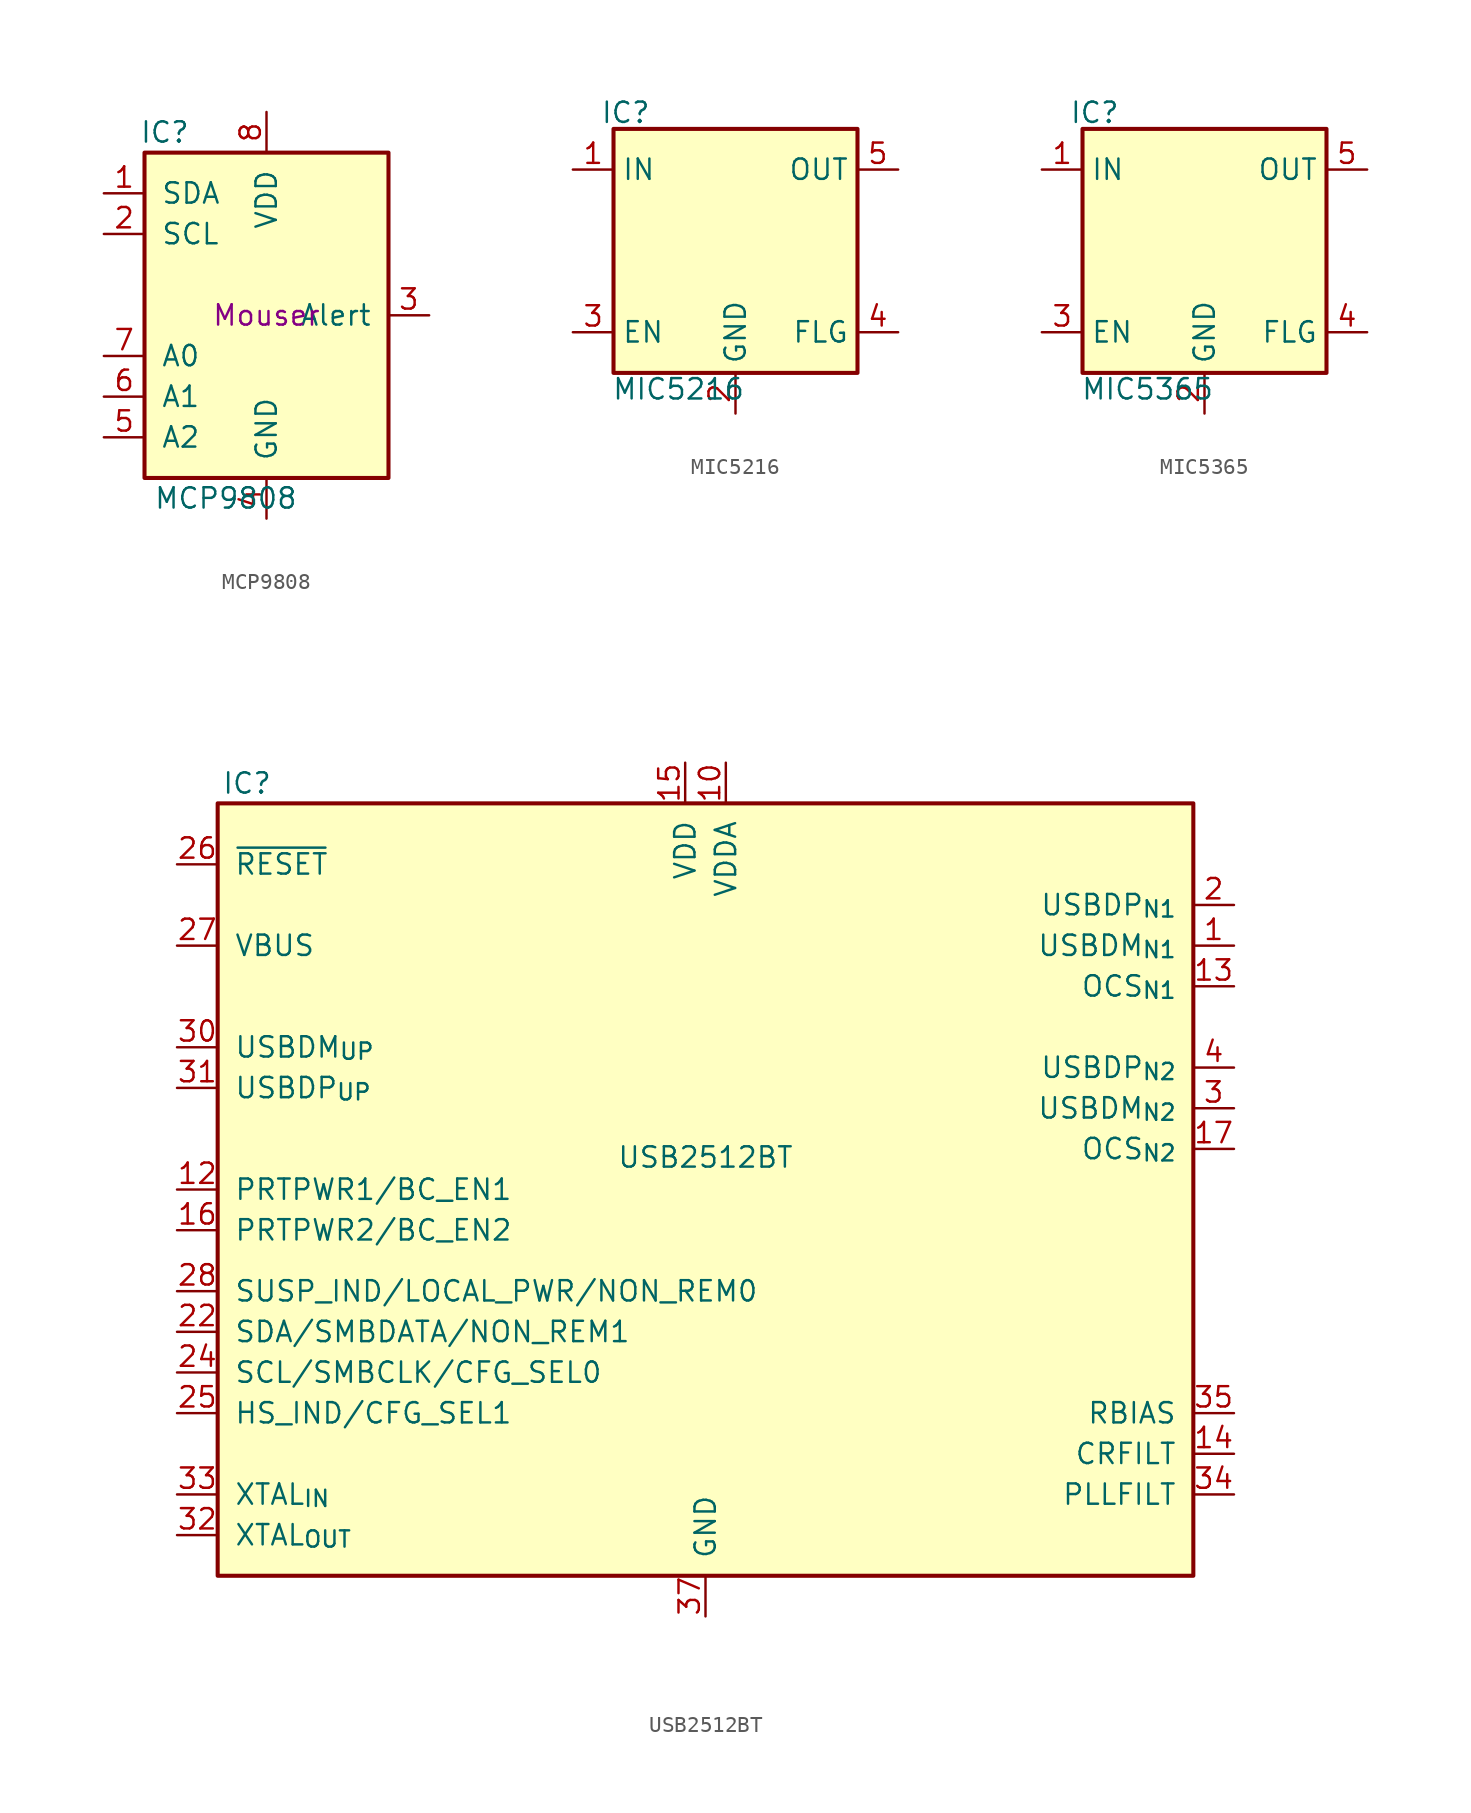
<source format=kicad_sym>
(kicad_symbol_lib
  (version 20241209)
  (generator "kicad_symbol_editor")
  (generator_version "9.0")
  (symbol "MCP9808"
    (pin_names
      (offset 1.016))
    (property "Reference" "IC"
      (at -6.35 11.43 0)
      (effects (font (size 1.27 1.27))))
    (property "Value" "MCP9808"
      (at -2.54 -11.43 0)
      (effects (font (size 1.27 1.27))))
    (property "Distributor" "Mouser"
      (at 0 0 0)
      (effects (font (size 1.27 1.27))))
    (symbol "MCP9808_1_1"
      (rectangle (start -7.62 10.16) (end 7.62 -10.16) (stroke (width 0.254) (type default)) (fill (type background)))
      (pin bidirectional line (at -10.16 7.62 0) (length 2.54) (name "SDA" (effects (font (size 1.27 1.27)))) (number "1" (effects (font (size 1.27 1.27)))))
      (pin input line (at -10.16 5.08 0) (length 2.54) (name "SCL" (effects (font (size 1.27 1.27)))) (number "2" (effects (font (size 1.27 1.27)))))
      (pin input line (at -10.16 -2.54 0) (length 2.54) (name "A0" (effects (font (size 1.27 1.27)))) (number "7" (effects (font (size 1.27 1.27)))))
      (pin input line (at -10.16 -5.08 0) (length 2.54) (name "A1" (effects (font (size 1.27 1.27)))) (number "6" (effects (font (size 1.27 1.27)))))
      (pin input line (at -10.16 -7.62 0) (length 2.54) (name "A2" (effects (font (size 1.27 1.27)))) (number "5" (effects (font (size 1.27 1.27)))))
      (pin power_in line (at 0 12.7 270) (length 2.54) (name "VDD" (effects (font (size 1.27 1.27)))) (number "8" (effects (font (size 1.27 1.27)))))
      (pin bidirectional line (at 0 -12.7 90) (length 2.54) (name "GND" (effects (font (size 1.27 1.27)))) (number "4" (effects (font (size 1.27 1.27)))))
      (pin open_collector line (at 10.16 0 180) (length 2.54) (name "Alert" (effects (font (size 1.27 1.27)))) (number "3" (effects (font (size 1.27 1.27)))))))
  (symbol "MIC5216"
    (property "Reference" "IC"
      (at -6.858 8.636 0)
      (effects (font (size 1.27 1.27))))
    (property "Value" "MIC5216"
      (at -3.556 -8.636 0)
      (effects (font (size 1.27 1.27))))
    (symbol "MIC5216_1_1"
      (rectangle (start -7.62 7.62) (end 7.62 -7.62) (stroke (width 0.254) (type default)) (fill (type background)))
      (pin input line (at -10.16 5.08 0) (length 2.54) (name "IN" (effects (font (size 1.27 1.27)))) (number "1" (effects (font (size 1.27 1.27)))))
      (pin input line (at -10.16 -5.08 0) (length 2.54) (name "EN" (effects (font (size 1.27 1.27)))) (number "3" (effects (font (size 1.27 1.27)))))
      (pin power_in line (at 0 -10.16 90) (length 2.54) (name "GND" (effects (font (size 1.27 1.27)))) (number "2" (effects (font (size 1.27 1.27)))))
      (pin output line (at 10.16 5.08 180) (length 2.54) (name "OUT" (effects (font (size 1.27 1.27)))) (number "5" (effects (font (size 1.27 1.27)))))
      (pin input line (at 10.16 -5.08 180) (length 2.54) (name "FLG" (effects (font (size 1.27 1.27)))) (number "4" (effects (font (size 1.27 1.27)))))))
  (symbol "MIC5365"
    (property "Reference" "IC"
      (at -6.858 8.636 0)
      (effects (font (size 1.27 1.27))))
    (property "Value" "MIC5365"
      (at -3.556 -8.636 0)
      (effects (font (size 1.27 1.27))))
    (symbol "MIC5365_1_1"
      (rectangle (start -7.62 7.62) (end 7.62 -7.62) (stroke (width 0.254) (type default)) (fill (type background)))
      (pin input line (at -10.16 5.08 0) (length 2.54) (name "IN" (effects (font (size 1.27 1.27)))) (number "1" (effects (font (size 1.27 1.27)))))
      (pin input line (at -10.16 -5.08 0) (length 2.54) (name "EN" (effects (font (size 1.27 1.27)))) (number "3" (effects (font (size 1.27 1.27)))))
      (pin power_in line (at 0 -10.16 90) (length 2.54) (name "GND" (effects (font (size 1.27 1.27)))) (number "2" (effects (font (size 1.27 1.27)))))
      (pin power_in line (at 10.16 5.08 180) (length 2.54) (name "OUT" (effects (font (size 1.27 1.27)))) (number "5" (effects (font (size 1.27 1.27)))))
      (pin input line (at 10.16 -5.08 180) (length 2.54) (name "FLG" (effects (font (size 1.27 1.27)))) (number "4" (effects (font (size 1.27 1.27)))))))
  (symbol "USB2512BT"
    (pin_names
      (offset 1.016))
    (property "Reference" "IC"
      (at -30.226 23.368 0)
      (effects (font (size 1.27 1.27)) (justify left bottom)))
    (property "Value" "USB2512BT"
      (at 0 0 0)
      (effects (font (size 1.27 1.27)) (justify bottom)))
    (symbol "USB2512BT_0_0"
      (rectangle (start -30.48 22.86) (end 30.48 -25.4) (stroke (width 0.254) (type default)) (fill (type background)))
      (pin bidirectional line (at -33.02 -3.81 0) (length 2.54) (name "PRTPWR2/BC_EN2" (effects (font (size 1.27 1.27)))) (number "16" (effects (font (size 1.27 1.27)))))
      (pin bidirectional line (at -33.02 -7.62 0) (length 2.54) (name "SUSP_IND/LOCAL_PWR/NON_REM0" (effects (font (size 1.27 1.27)))) (number "28" (effects (font (size 1.27 1.27)))))
      (pin bidirectional line (at -33.02 -10.16 0) (length 2.54) (name "SDA/SMBDATA/NON_REM1" (effects (font (size 1.27 1.27)))) (number "22" (effects (font (size 1.27 1.27)))))
      (pin input line (at -33.02 -12.7 0) (length 2.54) (name "SCL/SMBCLK/CFG_SEL0" (effects (font (size 1.27 1.27)))) (number "24" (effects (font (size 1.27 1.27)))))
      (pin bidirectional line (at -33.02 -15.24 0) (length 2.54) (name "HS_IND/CFG_SEL1" (effects (font (size 1.27 1.27)))) (number "25" (effects (font (size 1.27 1.27)))))
      (pin power_in line (at -1.27 25.4 270) (length 2.54) (name "VDD" (effects (font (size 1.27 1.27)))) (number "15" (effects (font (size 1.27 1.27)))))
      (pin power_in line (at 1.27 25.4 270) (length 2.54) (name "VDDA" (effects (font (size 1.27 1.27)))) (number "10" (effects (font (size 1.27 1.27))))))
    (symbol "USB2512BT_1_0"
      (pin input line (at -33.02 19.05 0) (length 2.54) (name "~{RESET}" (effects (font (size 1.27 1.27)))) (number "26" (effects (font (size 1.27 1.27)))))
      (pin input line (at -33.02 13.97 0) (length 2.54) (name "VBUS" (effects (font (size 1.27 1.27)))) (number "27" (effects (font (size 1.27 1.27)))))
      (pin bidirectional line (at -33.02 7.62 0) (length 2.54) (name "USBDM_{UP}" (effects (font (size 1.27 1.27)))) (number "30" (effects (font (size 1.27 1.27)))))
      (pin bidirectional line (at -33.02 5.08 0) (length 2.54) (name "USBDP_{UP}" (effects (font (size 1.27 1.27)))) (number "31" (effects (font (size 1.27 1.27)))))
      (pin bidirectional line (at -33.02 -1.27 0) (length 2.54) (name "PRTPWR1/BC_EN1" (effects (font (size 1.27 1.27)))) (number "12" (effects (font (size 1.27 1.27)))))
      (pin input line (at -33.02 -20.32 0) (length 2.54) (name "XTAL_{IN}" (effects (font (size 1.27 1.27)))) (number "33" (effects (font (size 1.27 1.27)))))
      (pin output line (at -33.02 -22.86 0) (length 2.54) (name "XTAL_{OUT}" (effects (font (size 1.27 1.27)))) (number "32" (effects (font (size 1.27 1.27)))))
      (pin power_in line (at -1.27 25.4 270) (length 2.54) (hide yes) (name "VDD" (effects (font (size 1.27 1.27)))) (number "23" (effects (font (size 1.27 1.27)))))
      (pin power_in line (at 0 -27.94 90) (length 2.54) (name "GND" (effects (font (size 1.27 1.27)))) (number "37" (effects (font (size 1.27 1.27)))))
      (pin power_in line (at 1.27 25.4 270) (length 2.54) (hide yes) (name "VDDA" (effects (font (size 1.27 1.27)))) (number "29" (effects (font (size 1.27 1.27)))))
      (pin power_in line (at 1.27 25.4 270) (length 2.54) (hide yes) (name "VDDA" (effects (font (size 1.27 1.27)))) (number "36" (effects (font (size 1.27 1.27)))))
      (pin power_in line (at 1.27 25.4 270) (length 2.54) (hide yes) (name "VDDA" (effects (font (size 1.27 1.27)))) (number "5" (effects (font (size 1.27 1.27)))))
      (pin bidirectional line (at 33.02 16.51 180) (length 2.54) (name "USBDP_{N1}" (effects (font (size 1.27 1.27)))) (number "2" (effects (font (size 1.27 1.27)))))
      (pin bidirectional line (at 33.02 13.97 180) (length 2.54) (name "USBDM_{N1}" (effects (font (size 1.27 1.27)))) (number "1" (effects (font (size 1.27 1.27)))))
      (pin input line (at 33.02 11.43 180) (length 2.54) (name "OCS_{N1}" (effects (font (size 1.27 1.27)))) (number "13" (effects (font (size 1.27 1.27)))))
      (pin bidirectional line (at 33.02 6.35 180) (length 2.54) (name "USBDP_{N2}" (effects (font (size 1.27 1.27)))) (number "4" (effects (font (size 1.27 1.27)))))
      (pin bidirectional line (at 33.02 3.81 180) (length 2.54) (name "USBDM_{N2}" (effects (font (size 1.27 1.27)))) (number "3" (effects (font (size 1.27 1.27)))))
      (pin input line (at 33.02 1.27 180) (length 2.54) (name "OCS_{N2}" (effects (font (size 1.27 1.27)))) (number "17" (effects (font (size 1.27 1.27)))))
      (pin output line (at 33.02 -15.24 180) (length 2.54) (name "RBIAS" (effects (font (size 1.27 1.27)))) (number "35" (effects (font (size 1.27 1.27)))))
      (pin output line (at 33.02 -17.78 180) (length 2.54) (name "CRFILT" (effects (font (size 1.27 1.27)))) (number "14" (effects (font (size 1.27 1.27)))))
      (pin output line (at 33.02 -20.32 180) (length 2.54) (name "PLLFILT" (effects (font (size 1.27 1.27)))) (number "34" (effects (font (size 1.27 1.27)))))
      (pin no_connect line (at 33.02 -22.86 180) (length 2.54) (hide yes) (name "TEST" (effects (font (size 1.27 1.27)))) (number "11" (effects (font (size 1.27 1.27))))))))
</source>
